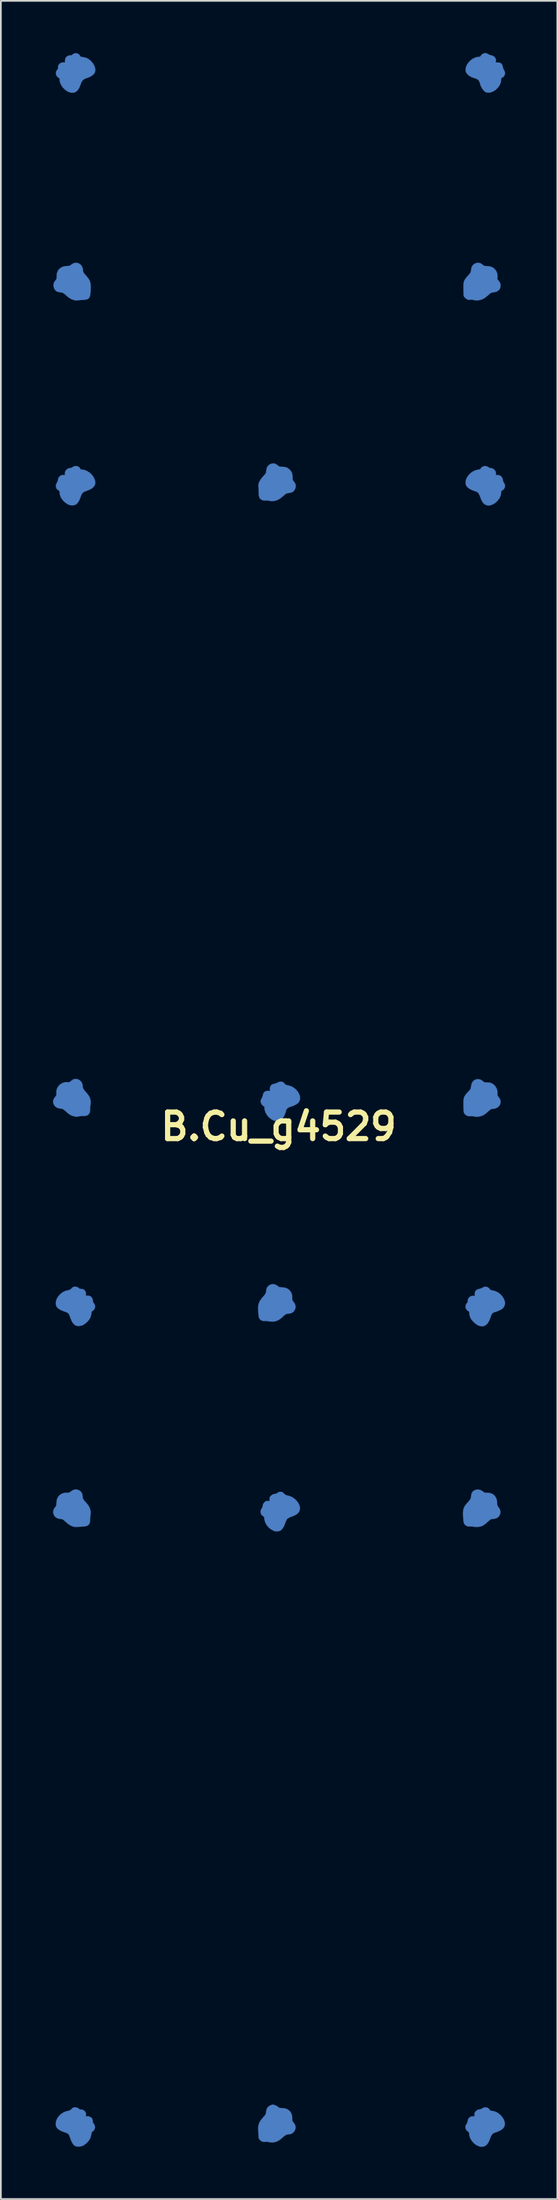
<source format=kicad_pcb>
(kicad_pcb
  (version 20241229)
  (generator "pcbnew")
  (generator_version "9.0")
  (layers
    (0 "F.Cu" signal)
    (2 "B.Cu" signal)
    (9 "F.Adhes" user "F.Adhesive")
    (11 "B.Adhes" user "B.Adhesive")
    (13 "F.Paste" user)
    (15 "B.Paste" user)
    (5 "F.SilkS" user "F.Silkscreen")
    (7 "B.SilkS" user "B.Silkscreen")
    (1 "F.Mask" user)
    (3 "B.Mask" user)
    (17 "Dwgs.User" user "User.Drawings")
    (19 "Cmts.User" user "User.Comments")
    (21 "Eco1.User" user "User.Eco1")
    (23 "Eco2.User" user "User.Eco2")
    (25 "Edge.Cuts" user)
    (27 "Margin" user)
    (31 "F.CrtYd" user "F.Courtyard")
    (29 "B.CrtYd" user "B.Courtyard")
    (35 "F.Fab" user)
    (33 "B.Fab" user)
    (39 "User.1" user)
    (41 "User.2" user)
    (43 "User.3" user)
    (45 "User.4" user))
  (footprint "B.Cu_g4529"
    (layer "F.Cu")
    (at 12.981 61.668)
    (property "Reference" "B.Cu_g4529" (at 0 0 0) (layer "F.SilkS") (effects (font (size 1.524 1.524) (thickness 0.3))))
    (attr through_hole)
    (fp_poly (pts (xy -11.557 20.861) (xy -11.438 20.917) (xy -11.352 21.002) (xy -11.296 21.116) (xy -11.278 21.23) (xy -11.273 21.309) (xy -11.254 21.376) (xy -11.215 21.443) (xy -11.149 21.523) (xy -11.086 21.59) (xy -10.947 21.76) (xy -10.857 21.932) (xy -10.815 22.109) (xy -10.82 22.296) (xy -10.825 22.326) (xy -10.839 22.436) (xy -10.846 22.553) (xy -10.846 22.598) (xy -10.86 22.742) (xy -10.908 22.849) (xy -10.993 22.923) (xy -11.116 22.964) (xy -11.226 22.975) (xy -11.346 22.98) (xy -11.474 22.989) (xy -11.544 22.995) (xy -11.646 22.999) (xy -11.744 22.994) (xy -11.792 22.986) (xy -11.915 22.945) (xy -12.033 22.881) (xy -12.159 22.788) (xy -12.249 22.708) (xy -12.333 22.633) (xy -12.395 22.585) (xy -12.449 22.558) (xy -12.508 22.544) (xy -12.566 22.538) (xy -12.713 22.508) (xy -12.824 22.45) (xy -12.904 22.358) (xy -12.93 22.312) (xy -12.971 22.177) (xy -12.961 22.048) (xy -12.901 21.923) (xy -12.867 21.879) (xy -12.82 21.819) (xy -12.795 21.767) (xy -12.785 21.701) (xy -12.784 21.615) (xy -12.763 21.44) (xy -12.701 21.291) (xy -12.602 21.171) (xy -12.472 21.086) (xy -12.315 21.04) (xy -12.191 21.034) (xy -12.102 21.034) (xy -12.042 21.023) (xy -11.99 20.992) (xy -11.953 20.96) (xy -11.826 20.878) (xy -11.693 20.844) (xy -11.557 20.861)) (stroke (width 0.01) (type solid)) (fill yes) (layer "B.Cu"))
    (fp_poly (pts (xy -11.57 -49.614) (xy -11.458 -49.568) (xy -11.363 -49.485) (xy -11.294 -49.371) (xy -11.257 -49.229) (xy -11.252 -49.155) (xy -11.245 -49.106) (xy -11.218 -49.052) (xy -11.167 -48.983) (xy -11.091 -48.897) (xy -10.972 -48.757) (xy -10.89 -48.633) (xy -10.84 -48.514) (xy -10.817 -48.387) (xy -10.813 -48.298) (xy -10.816 -48.076) (xy -10.824 -47.9) (xy -10.842 -47.764) (xy -10.871 -47.662) (xy -10.915 -47.59) (xy -10.977 -47.542) (xy -11.06 -47.512) (xy -11.166 -47.496) (xy -11.265 -47.489) (xy -11.378 -47.482) (xy -11.479 -47.474) (xy -11.553 -47.466) (xy -11.57 -47.464) (xy -11.645 -47.461) (xy -11.734 -47.47) (xy -11.751 -47.473) (xy -11.922 -47.53) (xy -12.09 -47.633) (xy -12.217 -47.741) (xy -12.323 -47.834) (xy -12.413 -47.892) (xy -12.501 -47.922) (xy -12.594 -47.93) (xy -12.718 -47.953) (xy -12.823 -48.018) (xy -12.901 -48.117) (xy -12.946 -48.241) (xy -12.954 -48.324) (xy -12.945 -48.423) (xy -12.914 -48.507) (xy -12.853 -48.595) (xy -12.819 -48.635) (xy -12.788 -48.681) (xy -12.774 -48.741) (xy -12.773 -48.833) (xy -12.773 -48.841) (xy -12.758 -49.014) (xy -12.7 -49.164) (xy -12.604 -49.286) (xy -12.475 -49.374) (xy -12.318 -49.425) (xy -12.192 -49.436) (xy -12.097 -49.438) (xy -12.033 -49.449) (xy -11.983 -49.475) (xy -11.945 -49.507) (xy -11.821 -49.587) (xy -11.694 -49.622) (xy -11.57 -49.614)) (stroke (width 0.01) (type solid)) (fill yes) (layer "B.Cu"))
    (fp_poly (pts (xy -0.269 9.053) (xy -0.16 9.089) (xy -0.063 9.151) (xy -0.002 9.197) (xy 0.054 9.222) (xy 0.124 9.232) (xy 0.202 9.234) (xy 0.378 9.257) (xy 0.529 9.321) (xy 0.649 9.421) (xy 0.734 9.552) (xy 0.779 9.709) (xy 0.785 9.831) (xy 0.784 9.92) (xy 0.796 9.979) (xy 0.827 10.031) (xy 0.858 10.069) (xy 0.941 10.196) (xy 0.974 10.329) (xy 0.958 10.465) (xy 0.901 10.583) (xy 0.817 10.669) (xy 0.703 10.726) (xy 0.589 10.744) (xy 0.491 10.754) (xy 0.404 10.788) (xy 0.315 10.852) (xy 0.229 10.936) (xy 0.139 11.014) (xy 0.031 11.09) (xy -0.038 11.128) (xy -0.133 11.169) (xy -0.217 11.191) (xy -0.315 11.199) (xy -0.381 11.2) (xy -0.481 11.196) (xy -0.566 11.189) (xy -0.62 11.179) (xy -0.622 11.178) (xy -0.679 11.168) (xy -0.758 11.168) (xy -0.781 11.17) (xy -0.915 11.164) (xy -1.026 11.114) (xy -1.098 11.041) (xy -1.124 10.992) (xy -1.143 10.921) (xy -1.158 10.823) (xy -1.168 10.691) (xy -1.174 10.519) (xy -1.177 10.376) (xy -1.158 10.209) (xy -1.095 10.045) (xy -0.985 9.88) (xy -0.907 9.789) (xy -0.814 9.682) (xy -0.755 9.594) (xy -0.723 9.512) (xy -0.711 9.425) (xy -0.711 9.406) (xy -0.688 9.288) (xy -0.624 9.187) (xy -0.529 9.108) (xy -0.413 9.06) (xy -0.286 9.051) (xy -0.269 9.053)) (stroke (width 0.01) (type solid)) (fill yes) (layer "B.Cu"))
    (fp_poly (pts (xy -11.507 -2.699) (xy -11.402 -2.627) (xy -11.324 -2.528) (xy -11.282 -2.408) (xy -11.278 -2.352) (xy -11.271 -2.27) (xy -11.248 -2.196) (xy -11.202 -2.118) (xy -11.126 -2.025) (xy -11.073 -1.967) (xy -10.94 -1.802) (xy -10.855 -1.639) (xy -10.814 -1.472) (xy -10.817 -1.295) (xy -10.825 -1.245) (xy -10.839 -1.135) (xy -10.846 -1.018) (xy -10.846 -0.973) (xy -10.861 -0.829) (xy -10.913 -0.721) (xy -10.999 -0.648) (xy -11.118 -0.614) (xy -11.197 -0.611) (xy -11.297 -0.61) (xy -11.396 -0.602) (xy -11.417 -0.599) (xy -11.533 -0.58) (xy -11.614 -0.571) (xy -11.674 -0.572) (xy -11.709 -0.576) (xy -11.859 -0.613) (xy -11.991 -0.673) (xy -12.121 -0.765) (xy -12.194 -0.829) (xy -12.301 -0.923) (xy -12.384 -0.985) (xy -12.457 -1.022) (xy -12.528 -1.038) (xy -12.589 -1.041) (xy -12.717 -1.066) (xy -12.833 -1.139) (xy -12.885 -1.192) (xy -12.955 -1.31) (xy -12.976 -1.436) (xy -12.949 -1.564) (xy -12.876 -1.686) (xy -12.861 -1.703) (xy -12.808 -1.767) (xy -12.784 -1.816) (xy -12.782 -1.872) (xy -12.787 -1.911) (xy -12.785 -2.063) (xy -12.741 -2.206) (xy -12.66 -2.334) (xy -12.55 -2.439) (xy -12.418 -2.514) (xy -12.271 -2.552) (xy -12.132 -2.548) (xy -12.071 -2.544) (xy -12.021 -2.56) (xy -11.963 -2.604) (xy -11.941 -2.623) (xy -11.867 -2.679) (xy -11.792 -2.72) (xy -11.761 -2.73) (xy -11.63 -2.736) (xy -11.507 -2.699)) (stroke (width 0.01) (type solid)) (fill yes) (layer "B.Cu"))
    (fp_poly (pts (xy 12.019 56.365) (xy 12.104 56.425) (xy 12.14 56.475) (xy 12.19 56.529) (xy 12.243 56.54) (xy 12.402 56.564) (xy 12.561 56.631) (xy 12.709 56.733) (xy 12.839 56.863) (xy 12.94 57.013) (xy 12.995 57.147) (xy 13.019 57.291) (xy 12.997 57.419) (xy 12.927 57.54) (xy 12.926 57.541) (xy 12.863 57.598) (xy 12.767 57.66) (xy 12.651 57.718) (xy 12.531 57.766) (xy 12.464 57.786) (xy 12.361 57.827) (xy 12.282 57.895) (xy 12.218 57.998) (xy 12.169 58.128) (xy 12.093 58.318) (xy 12 58.461) (xy 11.89 58.556) (xy 11.762 58.603) (xy 11.618 58.602) (xy 11.554 58.589) (xy 11.399 58.523) (xy 11.256 58.421) (xy 11.133 58.29) (xy 11.038 58.142) (xy 10.98 57.986) (xy 10.965 57.885) (xy 10.957 57.801) (xy 10.936 57.757) (xy 10.917 57.745) (xy 10.873 57.718) (xy 10.819 57.667) (xy 10.809 57.655) (xy 10.754 57.554) (xy 10.745 57.445) (xy 10.783 57.341) (xy 10.808 57.307) (xy 10.858 57.22) (xy 10.871 57.15) (xy 10.893 57.045) (xy 10.949 56.954) (xy 11.031 56.888) (xy 11.126 56.854) (xy 11.198 56.857) (xy 11.241 56.864) (xy 11.262 56.851) (xy 11.269 56.808) (xy 11.269 56.753) (xy 11.274 56.675) (xy 11.297 56.619) (xy 11.348 56.562) (xy 11.362 56.549) (xy 11.44 56.49) (xy 11.515 56.466) (xy 11.547 56.464) (xy 11.655 56.44) (xy 11.714 56.401) (xy 11.809 56.35) (xy 11.915 56.339) (xy 12.019 56.365)) (stroke (width 0.01) (type solid)) (fill yes) (layer "B.Cu"))
    (fp_poly (pts (xy -11.549 -61.632) (xy -11.482 -61.584) (xy -11.434 -61.531) (xy -11.407 -61.489) (xy -11.405 -61.479) (xy -11.381 -61.46) (xy -11.316 -61.444) (xy -11.257 -61.436) (xy -11.086 -61.401) (xy -10.934 -61.326) (xy -10.803 -61.219) (xy -10.684 -61.081) (xy -10.6 -60.935) (xy -10.554 -60.79) (xy -10.548 -60.654) (xy -10.584 -60.532) (xy -10.586 -60.528) (xy -10.66 -60.437) (xy -10.773 -60.35) (xy -10.914 -60.277) (xy -11.04 -60.232) (xy -11.166 -60.185) (xy -11.259 -60.121) (xy -11.329 -60.028) (xy -11.385 -59.898) (xy -11.4 -59.852) (xy -11.474 -59.667) (xy -11.567 -59.528) (xy -11.677 -59.436) (xy -11.804 -59.391) (xy -11.947 -59.394) (xy -12.104 -59.445) (xy -12.109 -59.447) (xy -12.251 -59.534) (xy -12.379 -59.651) (xy -12.484 -59.787) (xy -12.559 -59.931) (xy -12.596 -60.073) (xy -12.598 -60.115) (xy -12.603 -60.187) (xy -12.626 -60.229) (xy -12.676 -60.262) (xy -12.677 -60.263) (xy -12.756 -60.329) (xy -12.803 -60.422) (xy -12.817 -60.525) (xy -12.795 -60.626) (xy -12.742 -60.702) (xy -12.698 -60.766) (xy -12.694 -60.83) (xy -12.686 -60.932) (xy -12.636 -61.022) (xy -12.556 -61.091) (xy -12.455 -61.13) (xy -12.373 -61.134) (xy -12.312 -61.131) (xy -12.288 -61.146) (xy -12.287 -61.194) (xy -12.29 -61.217) (xy -12.282 -61.312) (xy -12.256 -61.391) (xy -12.2 -61.459) (xy -12.118 -61.511) (xy -12.032 -61.537) (xy -11.979 -61.534) (xy -11.918 -61.543) (xy -11.854 -61.59) (xy -11.76 -61.648) (xy -11.654 -61.662) (xy -11.549 -61.632)) (stroke (width 0.01) (type solid)) (fill yes) (layer "B.Cu"))
    (fp_poly (pts (xy -0.248 56.201) (xy -0.152 56.24) (xy -0.064 56.291) (xy -0.017 56.331) (xy 0.018 56.36) (xy 0.068 56.377) (xy 0.147 56.383) (xy 0.202 56.384) (xy 0.38 56.405) (xy 0.531 56.466) (xy 0.65 56.564) (xy 0.734 56.693) (xy 0.779 56.851) (xy 0.785 56.973) (xy 0.784 57.062) (xy 0.796 57.122) (xy 0.827 57.174) (xy 0.858 57.211) (xy 0.914 57.29) (xy 0.956 57.375) (xy 0.964 57.399) (xy 0.974 57.526) (xy 0.943 57.647) (xy 0.877 57.753) (xy 0.784 57.834) (xy 0.671 57.88) (xy 0.605 57.887) (xy 0.518 57.893) (xy 0.44 57.918) (xy 0.359 57.966) (xy 0.264 58.043) (xy 0.201 58.101) (xy 0.031 58.234) (xy -0.147 58.32) (xy -0.328 58.359) (xy -0.509 58.348) (xy -0.561 58.336) (xy -0.663 58.318) (xy -0.748 58.322) (xy -0.751 58.323) (xy -0.86 58.328) (xy -0.971 58.295) (xy -1.065 58.228) (xy -1.078 58.214) (xy -1.12 58.158) (xy -1.145 58.114) (xy -1.147 58.107) (xy -1.152 58.042) (xy -1.158 57.942) (xy -1.164 57.822) (xy -1.17 57.699) (xy -1.173 57.588) (xy -1.175 57.515) (xy -1.159 57.362) (xy -1.106 57.214) (xy -1.014 57.064) (xy -0.891 56.916) (xy -0.815 56.831) (xy -0.767 56.77) (xy -0.74 56.716) (xy -0.726 56.658) (xy -0.719 56.598) (xy -0.699 56.485) (xy -0.663 56.39) (xy -0.651 56.369) (xy -0.583 56.297) (xy -0.49 56.235) (xy -0.39 56.194) (xy -0.329 56.185) (xy -0.248 56.201)) (stroke (width 0.01) (type solid)) (fill yes) (layer "B.Cu"))
    (fp_poly (pts (xy 11.581 -49.608) (xy 11.694 -49.552) (xy 11.747 -49.505) (xy 11.79 -49.465) (xy 11.832 -49.443) (xy 11.891 -49.435) (xy 11.984 -49.434) (xy 11.988 -49.434) (xy 12.161 -49.416) (xy 12.313 -49.356) (xy 12.437 -49.262) (xy 12.528 -49.139) (xy 12.582 -48.992) (xy 12.592 -48.827) (xy 12.588 -48.792) (xy 12.582 -48.716) (xy 12.594 -48.667) (xy 12.629 -48.623) (xy 12.64 -48.614) (xy 12.726 -48.503) (xy 12.769 -48.374) (xy 12.767 -48.239) (xy 12.735 -48.143) (xy 12.668 -48.045) (xy 12.57 -47.978) (xy 12.435 -47.938) (xy 12.381 -47.93) (xy 12.3 -47.918) (xy 12.239 -47.901) (xy 12.185 -47.87) (xy 12.121 -47.819) (xy 12.047 -47.751) (xy 11.863 -47.604) (xy 11.677 -47.508) (xy 11.489 -47.463) (xy 11.298 -47.466) (xy 11.255 -47.474) (xy 11.185 -47.49) (xy 11.14 -47.504) (xy 11.132 -47.508) (xy 11.103 -47.509) (xy 11.048 -47.498) (xy 10.937 -47.491) (xy 10.826 -47.529) (xy 10.726 -47.608) (xy 10.72 -47.615) (xy 10.677 -47.67) (xy 10.652 -47.722) (xy 10.642 -47.79) (xy 10.639 -47.874) (xy 10.638 -47.983) (xy 10.636 -48.117) (xy 10.635 -48.25) (xy 10.634 -48.273) (xy 10.639 -48.419) (xy 10.661 -48.538) (xy 10.706 -48.644) (xy 10.781 -48.752) (xy 10.884 -48.868) (xy 10.972 -48.966) (xy 11.029 -49.041) (xy 11.06 -49.106) (xy 11.073 -49.171) (xy 11.074 -49.212) (xy 11.096 -49.346) (xy 11.154 -49.459) (xy 11.24 -49.545) (xy 11.346 -49.601) (xy 11.462 -49.623) (xy 11.581 -49.608)) (stroke (width 0.01) (type solid)) (fill yes) (layer "B.Cu"))
    (fp_poly (pts (xy 11.6 20.872) (xy 11.721 20.937) (xy 11.75 20.96) (xy 11.808 21.006) (xy 11.86 21.029) (xy 11.928 21.035) (xy 11.988 21.034) (xy 12.161 21.049) (xy 12.309 21.106) (xy 12.428 21.201) (xy 12.514 21.331) (xy 12.563 21.491) (xy 12.572 21.612) (xy 12.576 21.707) (xy 12.589 21.77) (xy 12.618 21.822) (xy 12.648 21.859) (xy 12.728 21.983) (xy 12.762 22.115) (xy 12.75 22.245) (xy 12.691 22.365) (xy 12.641 22.424) (xy 12.578 22.475) (xy 12.509 22.507) (xy 12.412 22.528) (xy 12.393 22.531) (xy 12.306 22.543) (xy 12.241 22.552) (xy 12.213 22.555) (xy 12.188 22.571) (xy 12.135 22.615) (xy 12.063 22.678) (xy 12.013 22.723) (xy 11.92 22.803) (xy 11.827 22.874) (xy 11.748 22.926) (xy 11.721 22.939) (xy 11.604 22.976) (xy 11.466 22.997) (xy 11.331 23.001) (xy 11.227 22.986) (xy 11.143 22.974) (xy 11.047 22.973) (xy 11.024 22.975) (xy 10.908 22.974) (xy 10.822 22.943) (xy 10.741 22.892) (xy 10.686 22.83) (xy 10.651 22.746) (xy 10.631 22.629) (xy 10.624 22.539) (xy 10.613 22.336) (xy 10.612 22.174) (xy 10.622 22.044) (xy 10.646 21.936) (xy 10.686 21.841) (xy 10.745 21.75) (xy 10.825 21.654) (xy 10.87 21.604) (xy 10.963 21.499) (xy 11.024 21.415) (xy 11.058 21.34) (xy 11.073 21.264) (xy 11.074 21.219) (xy 11.096 21.089) (xy 11.155 20.984) (xy 11.244 20.906) (xy 11.353 20.86) (xy 11.475 20.847) (xy 11.6 20.872)) (stroke (width 0.01) (type solid)) (fill yes) (layer "B.Cu"))
    (fp_poly (pts (xy -11.565 -37.93) (xy -11.48 -37.884) (xy -11.424 -37.812) (xy -11.417 -37.795) (xy -11.389 -37.757) (xy -11.327 -37.745) (xy -11.315 -37.744) (xy -11.172 -37.722) (xy -11.022 -37.66) (xy -10.877 -37.567) (xy -10.749 -37.45) (xy -10.649 -37.316) (xy -10.637 -37.296) (xy -10.568 -37.135) (xy -10.546 -36.991) (xy -10.57 -36.863) (xy -10.641 -36.75) (xy -10.761 -36.651) (xy -10.929 -36.565) (xy -11.08 -36.511) (xy -11.192 -36.466) (xy -11.274 -36.405) (xy -11.336 -36.318) (xy -11.387 -36.193) (xy -11.4 -36.154) (xy -11.464 -35.991) (xy -11.542 -35.857) (xy -11.63 -35.761) (xy -11.682 -35.726) (xy -11.801 -35.69) (xy -11.939 -35.69) (xy -12.078 -35.725) (xy -12.154 -35.761) (xy -12.307 -35.869) (xy -12.434 -36.001) (xy -12.529 -36.146) (xy -12.585 -36.297) (xy -12.598 -36.403) (xy -12.603 -36.481) (xy -12.621 -36.522) (xy -12.645 -36.537) (xy -12.694 -36.565) (xy -12.75 -36.613) (xy -12.753 -36.617) (xy -12.801 -36.7) (xy -12.818 -36.803) (xy -12.803 -36.905) (xy -12.758 -36.988) (xy -12.757 -36.988) (xy -12.709 -37.073) (xy -12.7 -37.133) (xy -12.678 -37.24) (xy -12.62 -37.332) (xy -12.537 -37.399) (xy -12.439 -37.432) (xy -12.367 -37.43) (xy -12.322 -37.424) (xy -12.301 -37.437) (xy -12.294 -37.48) (xy -12.294 -37.532) (xy -12.287 -37.613) (xy -12.26 -37.674) (xy -12.207 -37.734) (xy -12.137 -37.793) (xy -12.07 -37.818) (xy -12.027 -37.821) (xy -11.918 -37.844) (xy -11.857 -37.884) (xy -11.767 -37.933) (xy -11.665 -37.947) (xy -11.565 -37.93)) (stroke (width 0.01) (type solid)) (fill yes) (layer "B.Cu"))
    (fp_poly (pts (xy -0.228 -38.087) (xy -0.159 -38.059) (xy -0.082 -38.009) (xy -0.054 -37.986) (xy 0.001 -37.94) (xy 0.051 -37.915) (xy 0.115 -37.905) (xy 0.203 -37.904) (xy 0.364 -37.891) (xy 0.495 -37.846) (xy 0.608 -37.766) (xy 0.63 -37.745) (xy 0.717 -37.646) (xy 0.769 -37.547) (xy 0.794 -37.431) (xy 0.8 -37.32) (xy 0.802 -37.221) (xy 0.812 -37.156) (xy 0.833 -37.11) (xy 0.869 -37.066) (xy 0.953 -36.949) (xy 0.987 -36.826) (xy 0.971 -36.694) (xy 0.939 -36.612) (xy 0.88 -36.518) (xy 0.805 -36.456) (xy 0.701 -36.416) (xy 0.594 -36.398) (xy 0.514 -36.386) (xy 0.454 -36.368) (xy 0.399 -36.338) (xy 0.334 -36.286) (xy 0.261 -36.219) (xy 0.086 -36.079) (xy -0.085 -35.986) (xy -0.257 -35.939) (xy -0.437 -35.935) (xy -0.521 -35.946) (xy -0.597 -35.96) (xy -0.649 -35.967) (xy -0.699 -35.968) (xy -0.77 -35.966) (xy -0.804 -35.965) (xy -0.932 -35.981) (xy -1.034 -36.038) (xy -1.105 -36.132) (xy -1.14 -36.258) (xy -1.144 -36.328) (xy -1.145 -36.419) (xy -1.149 -36.537) (xy -1.156 -36.66) (xy -1.158 -36.681) (xy -1.165 -36.793) (xy -1.164 -36.871) (xy -1.152 -36.936) (xy -1.127 -37.004) (xy -1.107 -37.05) (xy -1.051 -37.148) (xy -0.975 -37.255) (xy -0.903 -37.338) (xy -0.814 -37.434) (xy -0.757 -37.509) (xy -0.725 -37.574) (xy -0.713 -37.641) (xy -0.711 -37.68) (xy -0.689 -37.818) (xy -0.628 -37.935) (xy -0.535 -38.025) (xy -0.42 -38.081) (xy -0.29 -38.096) (xy -0.228 -38.087)) (stroke (width 0.01) (type solid)) (fill yes) (layer "B.Cu"))
    (fp_poly (pts (xy 11.58 -2.71) (xy 11.676 -2.667) (xy 11.766 -2.596) (xy 11.814 -2.558) (xy 11.865 -2.54) (xy 11.939 -2.536) (xy 11.984 -2.537) (xy 12.153 -2.525) (xy 12.296 -2.47) (xy 12.421 -2.37) (xy 12.444 -2.346) (xy 12.529 -2.219) (xy 12.58 -2.078) (xy 12.593 -1.937) (xy 12.587 -1.891) (xy 12.582 -1.832) (xy 12.596 -1.783) (xy 12.638 -1.724) (xy 12.66 -1.697) (xy 12.739 -1.573) (xy 12.772 -1.446) (xy 12.762 -1.325) (xy 12.712 -1.214) (xy 12.628 -1.122) (xy 12.511 -1.055) (xy 12.366 -1.02) (xy 12.298 -1.016) (xy 12.243 -1.008) (xy 12.186 -0.979) (xy 12.114 -0.922) (xy 12.069 -0.881) (xy 11.956 -0.779) (xy 11.864 -0.706) (xy 11.781 -0.655) (xy 11.692 -0.618) (xy 11.635 -0.6) (xy 11.463 -0.565) (xy 11.3 -0.571) (xy 11.227 -0.586) (xy 11.141 -0.597) (xy 11.046 -0.595) (xy 11.033 -0.594) (xy 10.909 -0.599) (xy 10.794 -0.645) (xy 10.705 -0.725) (xy 10.69 -0.747) (xy 10.673 -0.777) (xy 10.66 -0.81) (xy 10.651 -0.851) (xy 10.644 -0.91) (xy 10.64 -0.993) (xy 10.637 -1.108) (xy 10.635 -1.261) (xy 10.634 -1.372) (xy 10.638 -1.517) (xy 10.657 -1.635) (xy 10.696 -1.738) (xy 10.763 -1.84) (xy 10.862 -1.955) (xy 10.902 -1.998) (xy 10.976 -2.077) (xy 11.023 -2.136) (xy 11.05 -2.191) (xy 11.065 -2.257) (xy 11.075 -2.326) (xy 11.112 -2.485) (xy 11.181 -2.603) (xy 11.28 -2.682) (xy 11.408 -2.719) (xy 11.465 -2.722) (xy 11.58 -2.71)) (stroke (width 0.01) (type solid)) (fill yes) (layer "B.Cu"))
    (fp_poly (pts (xy 12 -37.924) (xy 12.06 -37.884) (xy 12.16 -37.83) (xy 12.23 -37.821) (xy 12.304 -37.81) (xy 12.37 -37.771) (xy 12.41 -37.734) (xy 12.469 -37.664) (xy 12.496 -37.592) (xy 12.5 -37.497) (xy 12.498 -37.472) (xy 12.501 -37.433) (xy 12.529 -37.424) (xy 12.568 -37.43) (xy 12.671 -37.427) (xy 12.767 -37.382) (xy 12.844 -37.307) (xy 12.892 -37.209) (xy 12.903 -37.135) (xy 12.924 -37.045) (xy 12.967 -36.978) (xy 13.021 -36.877) (xy 13.029 -36.769) (xy 12.99 -36.664) (xy 12.966 -36.63) (xy 12.911 -36.576) (xy 12.859 -36.541) (xy 12.851 -36.538) (xy 12.82 -36.517) (xy 12.805 -36.472) (xy 12.801 -36.403) (xy 12.779 -36.26) (xy 12.718 -36.118) (xy 12.626 -35.985) (xy 12.512 -35.868) (xy 12.382 -35.773) (xy 12.245 -35.708) (xy 12.108 -35.678) (xy 12.002 -35.686) (xy 11.89 -35.726) (xy 11.798 -35.792) (xy 11.72 -35.892) (xy 11.65 -36.032) (xy 11.607 -36.147) (xy 11.554 -36.283) (xy 11.502 -36.378) (xy 11.441 -36.441) (xy 11.366 -36.482) (xy 11.311 -36.498) (xy 11.187 -36.539) (xy 11.06 -36.597) (xy 10.945 -36.664) (xy 10.859 -36.731) (xy 10.839 -36.752) (xy 10.775 -36.865) (xy 10.754 -36.995) (xy 10.773 -37.135) (xy 10.831 -37.279) (xy 10.925 -37.419) (xy 11.054 -37.547) (xy 11.074 -37.564) (xy 11.201 -37.646) (xy 11.342 -37.707) (xy 11.479 -37.74) (xy 11.534 -37.744) (xy 11.596 -37.76) (xy 11.621 -37.797) (xy 11.663 -37.857) (xy 11.738 -37.908) (xy 11.83 -37.94) (xy 11.892 -37.948) (xy 12 -37.924)) (stroke (width 0.01) (type solid)) (fill yes) (layer "B.Cu"))
    (fp_poly (pts (xy 0.178 20.987) (xy 0.234 21.013) (xy 0.296 21.07) (xy 0.304 21.078) (xy 0.384 21.148) (xy 0.465 21.184) (xy 0.51 21.193) (xy 0.678 21.239) (xy 0.836 21.321) (xy 0.977 21.431) (xy 1.093 21.562) (xy 1.177 21.706) (xy 1.222 21.855) (xy 1.227 21.916) (xy 1.211 22.046) (xy 1.16 22.156) (xy 1.069 22.25) (xy 0.935 22.332) (xy 0.758 22.404) (xy 0.655 22.444) (xy 0.566 22.487) (xy 0.505 22.526) (xy 0.495 22.535) (xy 0.459 22.588) (xy 0.419 22.673) (xy 0.383 22.77) (xy 0.383 22.771) (xy 0.315 22.943) (xy 0.232 23.084) (xy 0.139 23.185) (xy 0.127 23.194) (xy 0.034 23.237) (xy -0.082 23.255) (xy -0.202 23.247) (xy -0.262 23.231) (xy -0.428 23.147) (xy -0.574 23.03) (xy -0.692 22.889) (xy -0.775 22.733) (xy -0.816 22.57) (xy -0.819 22.542) (xy -0.827 22.462) (xy -0.846 22.416) (xy -0.884 22.386) (xy -0.897 22.38) (xy -0.978 22.314) (xy -1.026 22.22) (xy -1.04 22.114) (xy -1.016 22.01) (xy -0.978 21.95) (xy -0.924 21.85) (xy -0.914 21.783) (xy -0.902 21.705) (xy -0.857 21.63) (xy -0.83 21.598) (xy -0.77 21.541) (xy -0.717 21.514) (xy -0.647 21.507) (xy -0.63 21.507) (xy -0.516 21.509) (xy -0.518 21.395) (xy -0.515 21.321) (xy -0.494 21.267) (xy -0.445 21.212) (xy -0.426 21.194) (xy -0.348 21.135) (xy -0.275 21.11) (xy -0.239 21.107) (xy -0.131 21.083) (xy -0.072 21.044) (xy 0.019 20.992) (xy 0.107 20.98) (xy 0.178 20.987)) (stroke (width 0.01) (type solid)) (fill yes) (layer "B.Cu"))
    (fp_poly (pts (xy 12.012 -61.633) (xy 12.041 -61.614) (xy 12.129 -61.569) (xy 12.226 -61.54) (xy 12.241 -61.538) (xy 12.352 -61.501) (xy 12.438 -61.432) (xy 12.492 -61.339) (xy 12.505 -61.234) (xy 12.496 -61.189) (xy 12.488 -61.151) (xy 12.501 -61.133) (xy 12.544 -61.13) (xy 12.599 -61.134) (xy 12.719 -61.121) (xy 12.812 -61.066) (xy 12.873 -60.973) (xy 12.896 -60.885) (xy 12.92 -60.791) (xy 12.961 -60.701) (xy 12.971 -60.685) (xy 13.009 -60.609) (xy 13.029 -60.532) (xy 13.03 -60.518) (xy 13.013 -60.428) (xy 12.969 -60.343) (xy 12.909 -60.281) (xy 12.866 -60.259) (xy 12.827 -60.244) (xy 12.808 -60.214) (xy 12.802 -60.155) (xy 12.802 -60.119) (xy 12.778 -59.966) (xy 12.712 -59.816) (xy 12.611 -59.676) (xy 12.485 -59.555) (xy 12.34 -59.463) (xy 12.186 -59.407) (xy 12.12 -59.396) (xy 12.014 -59.397) (xy 11.925 -59.419) (xy 11.925 -59.419) (xy 11.826 -59.488) (xy 11.734 -59.597) (xy 11.653 -59.736) (xy 11.591 -59.895) (xy 11.565 -59.998) (xy 11.523 -60.085) (xy 11.441 -60.159) (xy 11.327 -60.212) (xy 11.293 -60.221) (xy 11.12 -60.279) (xy 10.972 -60.359) (xy 10.858 -60.457) (xy 10.784 -60.566) (xy 10.767 -60.613) (xy 10.756 -60.748) (xy 10.787 -60.89) (xy 10.854 -61.029) (xy 10.952 -61.16) (xy 11.073 -61.275) (xy 11.211 -61.367) (xy 11.359 -61.427) (xy 11.492 -61.449) (xy 11.575 -61.459) (xy 11.616 -61.484) (xy 11.621 -61.495) (xy 11.666 -61.565) (xy 11.744 -61.625) (xy 11.837 -61.66) (xy 11.853 -61.663) (xy 11.937 -61.663) (xy 12.012 -61.633)) (stroke (width 0.01) (type solid)) (fill yes) (layer "B.Cu"))
    (fp_poly (pts (xy 0.26 -2.551) (xy 0.337 -2.482) (xy 0.353 -2.456) (xy 0.391 -2.411) (xy 0.454 -2.385) (xy 0.505 -2.376) (xy 0.673 -2.334) (xy 0.826 -2.262) (xy 0.96 -2.165) (xy 1.072 -2.049) (xy 1.157 -1.921) (xy 1.213 -1.787) (xy 1.235 -1.652) (xy 1.22 -1.523) (xy 1.163 -1.406) (xy 1.123 -1.357) (xy 1.052 -1.302) (xy 0.949 -1.243) (xy 0.832 -1.188) (xy 0.718 -1.146) (xy 0.66 -1.131) (xy 0.577 -1.098) (xy 0.501 -1.044) (xy 0.448 -0.981) (xy 0.431 -0.929) (xy 0.419 -0.867) (xy 0.389 -0.778) (xy 0.346 -0.675) (xy 0.298 -0.576) (xy 0.251 -0.495) (xy 0.25 -0.493) (xy 0.173 -0.413) (xy 0.07 -0.348) (xy -0.039 -0.311) (xy -0.091 -0.306) (xy -0.166 -0.316) (xy -0.25 -0.338) (xy -0.258 -0.34) (xy -0.415 -0.418) (xy -0.555 -0.53) (xy -0.672 -0.665) (xy -0.758 -0.816) (xy -0.806 -0.971) (xy -0.813 -1.053) (xy -0.819 -1.134) (xy -0.839 -1.167) (xy -0.846 -1.168) (xy -0.897 -1.19) (xy -0.952 -1.245) (xy -1 -1.319) (xy -1.03 -1.396) (xy -1.033 -1.413) (xy -1.033 -1.497) (xy -1.003 -1.572) (xy -0.984 -1.602) (xy -0.94 -1.688) (xy -0.91 -1.786) (xy -0.907 -1.805) (xy -0.871 -1.923) (xy -0.8 -2.005) (xy -0.699 -2.049) (xy -0.613 -2.053) (xy -0.495 -2.045) (xy -0.504 -2.162) (xy -0.491 -2.28) (xy -0.436 -2.373) (xy -0.343 -2.434) (xy -0.256 -2.457) (xy -0.161 -2.481) (xy -0.071 -2.521) (xy -0.055 -2.531) (xy 0.051 -2.578) (xy 0.16 -2.584) (xy 0.26 -2.551)) (stroke (width 0.01) (type solid)) (fill yes) (layer "B.Cu"))
    (fp_poly (pts (xy -11.648 9.204) (xy -11.571 9.228) (xy -11.51 9.26) (xy -11.481 9.292) (xy -11.481 9.297) (xy -11.458 9.312) (xy -11.401 9.321) (xy -11.372 9.322) (xy -11.289 9.331) (xy -11.219 9.354) (xy -11.207 9.361) (xy -11.134 9.439) (xy -11.089 9.539) (xy -11.083 9.641) (xy -11.083 9.641) (xy -11.089 9.697) (xy -11.073 9.717) (xy -11.021 9.712) (xy -11.013 9.711) (xy -10.903 9.716) (xy -10.806 9.763) (xy -10.734 9.843) (xy -10.696 9.946) (xy -10.693 9.987) (xy -10.673 10.088) (xy -10.63 10.15) (xy -10.576 10.241) (xy -10.56 10.345) (xy -10.581 10.448) (xy -10.635 10.535) (xy -10.695 10.58) (xy -10.736 10.609) (xy -10.76 10.653) (xy -10.774 10.728) (xy -10.776 10.752) (xy -10.796 10.856) (xy -10.829 10.96) (xy -10.846 10.998) (xy -10.923 11.116) (xy -11.031 11.234) (xy -11.151 11.336) (xy -11.254 11.399) (xy -11.377 11.441) (xy -11.507 11.456) (xy -11.628 11.444) (xy -11.718 11.407) (xy -11.808 11.323) (xy -11.892 11.198) (xy -11.964 11.039) (xy -11.99 10.963) (xy -12.026 10.866) (xy -12.065 10.782) (xy -12.099 10.729) (xy -12.1 10.728) (xy -12.151 10.694) (xy -12.234 10.656) (xy -12.33 10.622) (xy -12.332 10.621) (xy -12.494 10.561) (xy -12.63 10.486) (xy -12.733 10.402) (xy -12.786 10.327) (xy -12.823 10.191) (xy -12.816 10.044) (xy -12.765 9.893) (xy -12.673 9.745) (xy -12.586 9.646) (xy -12.432 9.52) (xy -12.272 9.441) (xy -12.129 9.407) (xy -12.038 9.386) (xy -11.966 9.344) (xy -11.912 9.292) (xy -11.845 9.231) (xy -11.787 9.202) (xy -11.725 9.195) (xy -11.648 9.204)) (stroke (width 0.01) (type solid)) (fill yes) (layer "B.Cu"))
    (fp_poly (pts (xy 11.98 9.21) (xy 12.064 9.25) (xy 12.128 9.302) (xy 12.152 9.342) (xy 12.178 9.376) (xy 12.236 9.398) (xy 12.297 9.409) (xy 12.489 9.459) (xy 12.664 9.553) (xy 12.815 9.686) (xy 12.934 9.851) (xy 12.952 9.885) (xy 13.005 10.013) (xy 13.029 10.123) (xy 13.03 10.145) (xy 13.01 10.256) (xy 12.958 10.368) (xy 12.885 10.456) (xy 12.881 10.46) (xy 12.819 10.499) (xy 12.727 10.546) (xy 12.622 10.593) (xy 12.522 10.632) (xy 12.444 10.655) (xy 12.441 10.656) (xy 12.355 10.686) (xy 12.287 10.744) (xy 12.233 10.84) (xy 12.193 10.948) (xy 12.119 11.145) (xy 12.033 11.293) (xy 11.935 11.393) (xy 11.88 11.427) (xy 11.789 11.464) (xy 11.706 11.476) (xy 11.612 11.464) (xy 11.526 11.44) (xy 11.421 11.39) (xy 11.305 11.307) (xy 11.193 11.202) (xy 11.097 11.087) (xy 11.038 10.992) (xy 10.983 10.838) (xy 10.973 10.739) (xy 10.968 10.668) (xy 10.957 10.624) (xy 10.949 10.617) (xy 10.899 10.597) (xy 10.841 10.545) (xy 10.79 10.477) (xy 10.757 10.409) (xy 10.754 10.397) (xy 10.754 10.316) (xy 10.775 10.23) (xy 10.811 10.158) (xy 10.853 10.12) (xy 10.876 10.086) (xy 10.877 10.026) (xy 10.889 9.928) (xy 10.94 9.839) (xy 11.018 9.769) (xy 11.112 9.727) (xy 11.211 9.724) (xy 11.226 9.728) (xy 11.264 9.736) (xy 11.282 9.725) (xy 11.285 9.682) (xy 11.282 9.626) (xy 11.295 9.506) (xy 11.349 9.413) (xy 11.442 9.352) (xy 11.53 9.329) (xy 11.624 9.305) (xy 11.714 9.264) (xy 11.73 9.254) (xy 11.807 9.216) (xy 11.884 9.196) (xy 11.897 9.195) (xy 11.98 9.21)) (stroke (width 0.01) (type solid)) (fill yes) (layer "B.Cu"))
    (fp_poly (pts (xy -11.648 56.347) (xy -11.571 56.371) (xy -11.51 56.402) (xy -11.481 56.435) (xy -11.481 56.439) (xy -11.458 56.455) (xy -11.402 56.463) (xy -11.377 56.464) (xy -11.263 56.486) (xy -11.169 56.544) (xy -11.105 56.629) (xy -11.079 56.732) (xy -11.083 56.795) (xy -11.09 56.847) (xy -11.075 56.862) (xy -11.037 56.856) (xy -10.948 56.855) (xy -10.85 56.886) (xy -10.767 56.941) (xy -10.745 56.965) (xy -10.702 57.059) (xy -10.693 57.141) (xy -10.688 57.208) (xy -10.676 57.247) (xy -10.669 57.252) (xy -10.637 57.274) (xy -10.605 57.329) (xy -10.579 57.401) (xy -10.567 57.472) (xy -10.566 57.48) (xy -10.585 57.584) (xy -10.633 57.672) (xy -10.7 57.727) (xy -10.74 57.755) (xy -10.763 57.804) (xy -10.777 57.884) (xy -10.798 57.989) (xy -10.831 58.097) (xy -10.843 58.127) (xy -10.91 58.239) (xy -11.009 58.355) (xy -11.125 58.459) (xy -11.241 58.535) (xy -11.254 58.542) (xy -11.372 58.581) (xy -11.503 58.596) (xy -11.627 58.587) (xy -11.717 58.557) (xy -11.793 58.494) (xy -11.868 58.391) (xy -11.937 58.257) (xy -11.993 58.104) (xy -11.993 58.102) (xy -12.027 58.007) (xy -12.065 57.925) (xy -12.099 57.875) (xy -12.1 57.874) (xy -12.15 57.841) (xy -12.232 57.803) (xy -12.323 57.769) (xy -12.51 57.7) (xy -12.649 57.623) (xy -12.746 57.535) (xy -12.804 57.432) (xy -12.826 57.31) (xy -12.827 57.283) (xy -12.803 57.126) (xy -12.736 56.973) (xy -12.633 56.832) (xy -12.502 56.711) (xy -12.349 56.617) (xy -12.184 56.559) (xy -12.129 56.549) (xy -12.038 56.528) (xy -11.966 56.486) (xy -11.912 56.435) (xy -11.845 56.373) (xy -11.787 56.344) (xy -11.725 56.337) (xy -11.648 56.347)) (stroke (width 0.01) (type solid)) (fill yes) (layer "B.Cu")))
  (gr_rect
    (start -3 -3)
    (end 29.016 123.276)
    (stroke (width 0.1) (type default))
    (fill no)
    (layer "Edge.Cuts")))
</source>
